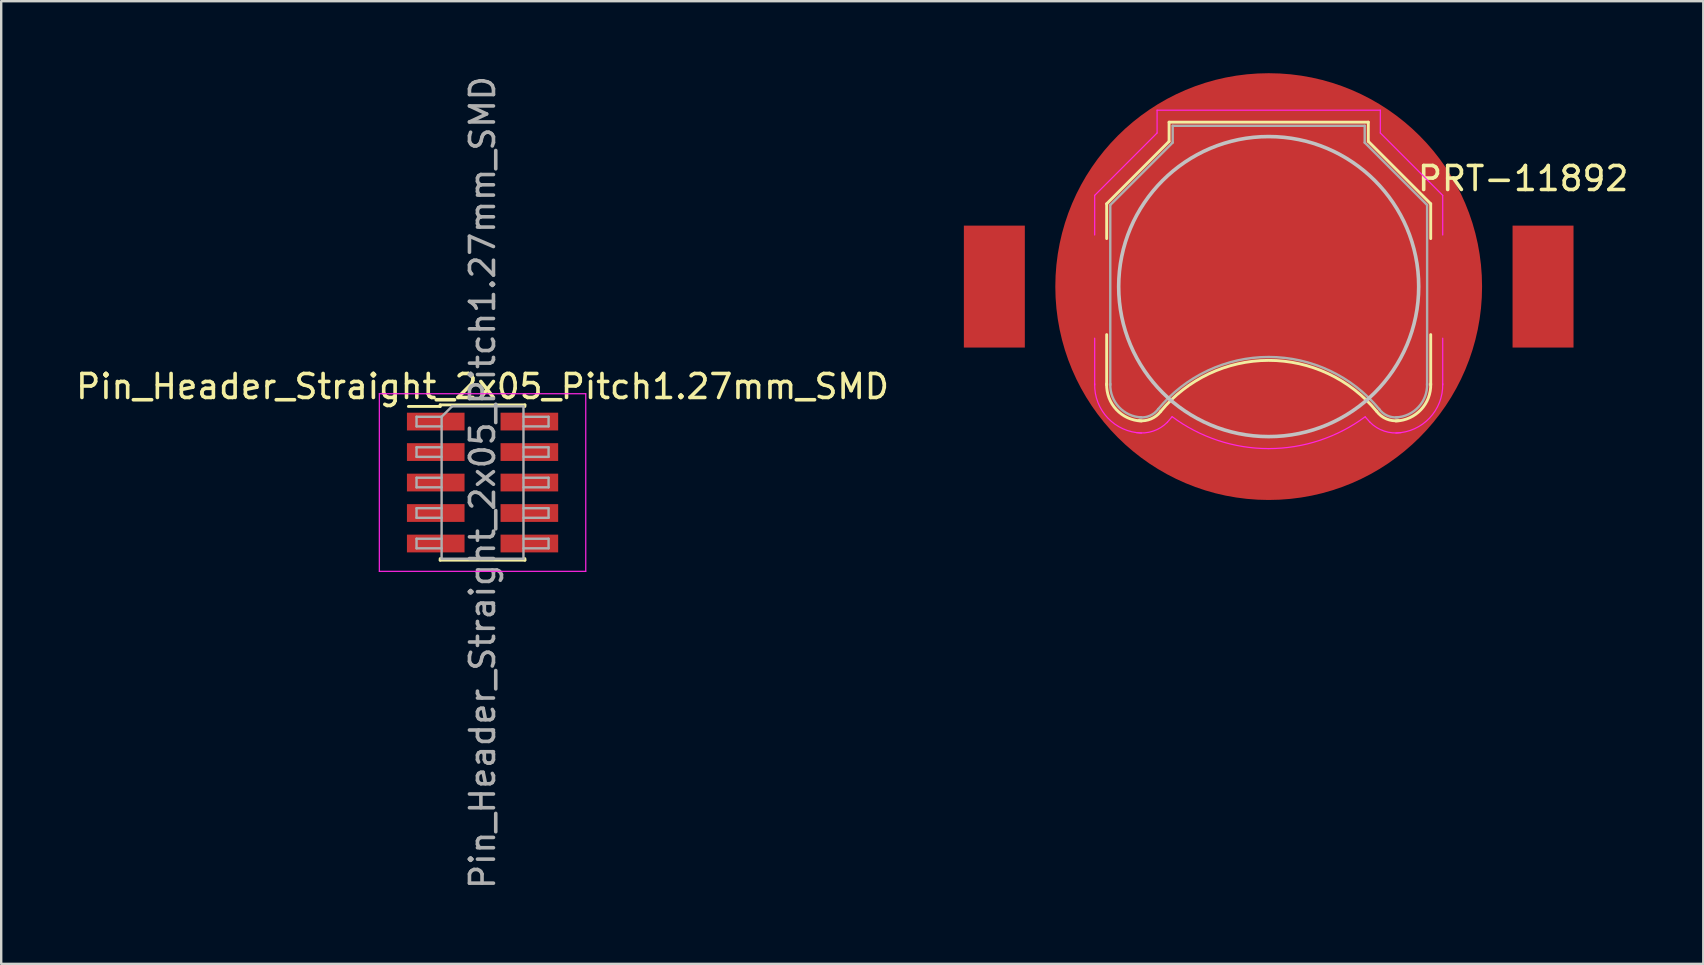
<source format=kicad_pcb>
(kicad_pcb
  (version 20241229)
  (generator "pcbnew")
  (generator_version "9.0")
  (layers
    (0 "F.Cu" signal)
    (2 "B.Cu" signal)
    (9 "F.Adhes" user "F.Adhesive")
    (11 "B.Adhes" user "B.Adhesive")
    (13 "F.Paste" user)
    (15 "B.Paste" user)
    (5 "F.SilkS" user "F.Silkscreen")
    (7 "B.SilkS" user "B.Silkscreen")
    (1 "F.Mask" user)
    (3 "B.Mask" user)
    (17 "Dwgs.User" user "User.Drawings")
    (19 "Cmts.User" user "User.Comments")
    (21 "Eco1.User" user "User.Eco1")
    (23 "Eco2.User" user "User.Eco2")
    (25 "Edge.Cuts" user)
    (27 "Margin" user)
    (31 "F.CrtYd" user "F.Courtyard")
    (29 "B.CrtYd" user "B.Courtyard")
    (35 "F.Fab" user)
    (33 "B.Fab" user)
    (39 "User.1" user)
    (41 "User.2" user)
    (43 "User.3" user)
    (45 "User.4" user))
  (footprint "PRT-11892"
    (layer "F.Cu")
    (at 49.807 8.89)
    (property "Reference" "PRT-11892" (at 10.6 -4.5 0) (layer "F.SilkS") (effects (font (size 1 1) (thickness 0.15))))
    (attr smd)
    (fp_line (start -6.75 -3.45) (end -4.15 -6.05) (stroke (width 0.12) (type solid)) (layer "F.SilkS"))
    (fp_line (start -6.75 -2) (end -6.75 -3.45) (stroke (width 0.12) (type solid)) (layer "F.SilkS"))
    (fp_line (start -6.75 2) (end -6.75 4.1) (stroke (width 0.12) (type solid)) (layer "F.SilkS"))
    (fp_line (start -4.15 -6.85) (end 4.15 -6.85) (stroke (width 0.12) (type solid)) (layer "F.SilkS"))
    (fp_line (start -4.15 -6.05) (end -4.15 -6.85) (stroke (width 0.12) (type solid)) (layer "F.SilkS"))
    (fp_line (start 4.15 -6.85) (end 4.15 -6.05) (stroke (width 0.12) (type solid)) (layer "F.SilkS"))
    (fp_line (start 4.15 -6.05) (end 6.75 -3.45) (stroke (width 0.12) (type solid)) (layer "F.SilkS"))
    (fp_line (start 6.75 -3.45) (end 6.75 -2) (stroke (width 0.12) (type solid)) (layer "F.SilkS"))
    (fp_line (start 6.75 2) (end 6.75 4.1) (stroke (width 0.12) (type solid)) (layer "F.SilkS"))
    (fp_arc (start -5.3 5.6) (mid -6.346016 5.125305) (end -6.75 4.05) (stroke (width 0.12) (type solid)) (layer "F.SilkS"))
    (fp_arc (start -4.5 5.2) (mid -4.90584 5.514615) (end -5.414615 5.58416) (stroke (width 0.12) (type solid)) (layer "F.SilkS"))
    (fp_arc (start -4.5 5.2) (mid -0.007341 3.0742) (end 4.490661 5.188671) (stroke (width 0.12) (type solid)) (layer "F.SilkS"))
    (fp_arc (start 5.414615 5.58416) (mid 4.90584 5.514615) (end 4.5 5.2) (stroke (width 0.12) (type solid)) (layer "F.SilkS"))
    (fp_arc (start 6.75 4.05) (mid 6.346016 5.125305) (end 5.3 5.6) (stroke (width 0.12) (type solid)) (layer "F.SilkS"))
    (fp_circle (center 0 0) (end 0 6.25) (stroke (width 0.15) (type solid)) (fill no) (layer "Dwgs.User"))
    (fp_line (start -7.25 -3.8) (end -4.65 -6.4) (stroke (width 0.05) (type solid)) (layer "F.CrtYd"))
    (fp_line (start -7.25 -2.15) (end -7.25 -3.8) (stroke (width 0.05) (type solid)) (layer "F.CrtYd"))
    (fp_line (start -7.25 2.15) (end -7.25 4.1) (stroke (width 0.05) (type solid)) (layer "F.CrtYd"))
    (fp_line (start -4.65 -7.35) (end 4.65 -7.35) (stroke (width 0.05) (type solid)) (layer "F.CrtYd"))
    (fp_line (start -4.65 -6.4) (end -4.65 -7.35) (stroke (width 0.05) (type solid)) (layer "F.CrtYd"))
    (fp_line (start 4.65 -6.4) (end 4.65 -7.35) (stroke (width 0.05) (type solid)) (layer "F.CrtYd"))
    (fp_line (start 7.25 -3.8) (end 4.65 -6.4) (stroke (width 0.05) (type solid)) (layer "F.CrtYd"))
    (fp_line (start 7.25 -2.15) (end 7.25 -3.8) (stroke (width 0.05) (type solid)) (layer "F.CrtYd"))
    (fp_line (start 7.25 2.15) (end 7.25 4.1) (stroke (width 0.05) (type solid)) (layer "F.CrtYd"))
    (fp_arc (start -5.3 6.1) (mid -6.699569 5.478858) (end -7.25 4.05) (stroke (width 0.05) (type solid)) (layer "F.CrtYd"))
    (fp_arc (start -4.22 5.65) (mid -4.814553 6.021742) (end -5.513125 6.082436) (stroke (width 0.05) (type solid)) (layer "F.CrtYd"))
    (fp_arc (start -4.22 5.65) (mid -4.123743 5.534157) (end -4.024388 5.42096) (stroke (width 0.05) (type solid)) (layer "F.CrtYd"))
    (fp_arc (start 0 6.75) (mid -2.119449 6.408622) (end -4.024518 5.419018) (stroke (width 0.05) (type solid)) (layer "F.CrtYd"))
    (fp_arc (start 4.024518 5.419018) (mid 2.119449 6.408622) (end 0 6.75) (stroke (width 0.05) (type solid)) (layer "F.CrtYd"))
    (fp_arc (start 4.02471 5.432858) (mid 4.123824 5.540108) (end 4.22 5.65) (stroke (width 0.05) (type solid)) (layer "F.CrtYd"))
    (fp_arc (start 5.513125 6.082436) (mid 4.814553 6.021742) (end 4.22 5.65) (stroke (width 0.05) (type solid)) (layer "F.CrtYd"))
    (fp_arc (start 7.25 4.05) (mid 6.699569 5.478858) (end 5.3 6.1) (stroke (width 0.05) (type solid)) (layer "F.CrtYd"))
    (fp_line (start -6.6 -3.4) (end -6.6 4.1) (stroke (width 0.1) (type solid)) (layer "F.Fab"))
    (fp_line (start -4 -6.7) (end -4 -6) (stroke (width 0.1) (type solid)) (layer "F.Fab"))
    (fp_line (start -4 -6.7) (end 4 -6.7) (stroke (width 0.1) (type solid)) (layer "F.Fab"))
    (fp_line (start -4 -6) (end -6.6 -3.4) (stroke (width 0.1) (type solid)) (layer "F.Fab"))
    (fp_line (start 4 -6.7) (end 4 -6) (stroke (width 0.1) (type solid)) (layer "F.Fab"))
    (fp_line (start 4 -6) (end 6.6 -3.4) (stroke (width 0.1) (type solid)) (layer "F.Fab"))
    (fp_line (start 6.6 -3.4) (end 6.6 4.1) (stroke (width 0.1) (type solid)) (layer "F.Fab"))
    (fp_arc (start -5.3 5.45) (mid -6.239949 5.019239) (end -6.6 4.05) (stroke (width 0.1) (type solid)) (layer "F.Fab"))
    (fp_arc (start -4.6 5.1) (mid -4.942443 5.378013) (end -5.378013 5.447558) (stroke (width 0.1) (type solid)) (layer "F.Fab"))
    (fp_arc (start -4.6 5.1) (mid 0.006214 2.93343) (end 4.607905 5.109589) (stroke (width 0.1) (type solid)) (layer "F.Fab"))
    (fp_arc (start 5.378013 5.447558) (mid 4.942442 5.378013) (end 4.6 5.1) (stroke (width 0.1) (type solid)) (layer "F.Fab"))
    (fp_arc (start 6.6 4.05) (mid 6.239949 5.019239) (end 5.3 5.45) (stroke (width 0.1) (type solid)) (layer "F.Fab"))
    (pad "1" smd rect (at -11.43 0) (size 2.54 5.08) (layers "F.Cu" "F.Mask" "F.Paste"))
    (pad "1" smd rect (at 11.43 0) (size 2.54 5.08) (layers "F.Cu" "F.Mask" "F.Paste"))
    (pad "2" smd circle (at 0 0) (size 17.78 17.78) (layers "F.Cu" "F.Mask")))
  (footprint "Pin_Header_Straight_2x05_Pitch1.27mm_SMD"
    (layer "F.Cu")
    (at 17.054 17.054)
    (property "Reference" "Pin_Header_Straight_2x05_Pitch1.27mm_SMD" (at 0 -4 180) (layer "F.SilkS") (effects (font (size 1 1) (thickness 0.15))))
    (attr smd)
    (fp_line (start -3.09 -3.17) (end -1.765 -3.17) (stroke (width 0.12) (type solid)) (layer "F.SilkS"))
    (fp_line (start -1.765 -3.235) (end -1.765 -3.17) (stroke (width 0.12) (type solid)) (layer "F.SilkS"))
    (fp_line (start -1.765 -3.235) (end 1.765 -3.235) (stroke (width 0.12) (type solid)) (layer "F.SilkS"))
    (fp_line (start -1.765 3.17) (end -1.765 3.235) (stroke (width 0.12) (type solid)) (layer "F.SilkS"))
    (fp_line (start -1.765 3.235) (end 1.765 3.235) (stroke (width 0.12) (type solid)) (layer "F.SilkS"))
    (fp_line (start 1.765 -3.235) (end 1.765 -3.17) (stroke (width 0.12) (type solid)) (layer "F.SilkS"))
    (fp_line (start 1.765 3.17) (end 1.765 3.235) (stroke (width 0.12) (type solid)) (layer "F.SilkS"))
    (fp_line (start -4.3 -3.7) (end -4.3 3.7) (stroke (width 0.05) (type solid)) (layer "F.CrtYd"))
    (fp_line (start -4.3 3.7) (end 4.3 3.7) (stroke (width 0.05) (type solid)) (layer "F.CrtYd"))
    (fp_line (start 4.3 -3.7) (end -4.3 -3.7) (stroke (width 0.05) (type solid)) (layer "F.CrtYd"))
    (fp_line (start 4.3 3.7) (end 4.3 -3.7) (stroke (width 0.05) (type solid)) (layer "F.CrtYd"))
    (fp_line (start -2.75 -2.74) (end -2.75 -2.34) (stroke (width 0.1) (type solid)) (layer "F.Fab"))
    (fp_line (start -2.75 -2.34) (end -1.705 -2.34) (stroke (width 0.1) (type solid)) (layer "F.Fab"))
    (fp_line (start -2.75 -1.47) (end -2.75 -1.07) (stroke (width 0.1) (type solid)) (layer "F.Fab"))
    (fp_line (start -2.75 -1.07) (end -1.705 -1.07) (stroke (width 0.1) (type solid)) (layer "F.Fab"))
    (fp_line (start -2.75 -0.2) (end -2.75 0.2) (stroke (width 0.1) (type solid)) (layer "F.Fab"))
    (fp_line (start -2.75 0.2) (end -1.705 0.2) (stroke (width 0.1) (type solid)) (layer "F.Fab"))
    (fp_line (start -2.75 1.07) (end -2.75 1.47) (stroke (width 0.1) (type solid)) (layer "F.Fab"))
    (fp_line (start -2.75 1.47) (end -1.705 1.47) (stroke (width 0.1) (type solid)) (layer "F.Fab"))
    (fp_line (start -2.75 2.34) (end -2.75 2.74) (stroke (width 0.1) (type solid)) (layer "F.Fab"))
    (fp_line (start -2.75 2.74) (end -1.705 2.74) (stroke (width 0.1) (type solid)) (layer "F.Fab"))
    (fp_line (start -1.705 -2.74) (end -2.75 -2.74) (stroke (width 0.1) (type solid)) (layer "F.Fab"))
    (fp_line (start -1.705 -2.74) (end -1.27 -3.175) (stroke (width 0.1) (type solid)) (layer "F.Fab"))
    (fp_line (start -1.705 -1.47) (end -2.75 -1.47) (stroke (width 0.1) (type solid)) (layer "F.Fab"))
    (fp_line (start -1.705 -0.2) (end -2.75 -0.2) (stroke (width 0.1) (type solid)) (layer "F.Fab"))
    (fp_line (start -1.705 1.07) (end -2.75 1.07) (stroke (width 0.1) (type solid)) (layer "F.Fab"))
    (fp_line (start -1.705 2.34) (end -2.75 2.34) (stroke (width 0.1) (type solid)) (layer "F.Fab"))
    (fp_line (start -1.705 3.175) (end -1.705 -2.74) (stroke (width 0.1) (type solid)) (layer "F.Fab"))
    (fp_line (start -1.27 -3.175) (end 1.705 -3.175) (stroke (width 0.1) (type solid)) (layer "F.Fab"))
    (fp_line (start 1.705 -3.175) (end 1.705 3.175) (stroke (width 0.1) (type solid)) (layer "F.Fab"))
    (fp_line (start 1.705 -2.74) (end 2.75 -2.74) (stroke (width 0.1) (type solid)) (layer "F.Fab"))
    (fp_line (start 1.705 -1.47) (end 2.75 -1.47) (stroke (width 0.1) (type solid)) (layer "F.Fab"))
    (fp_line (start 1.705 -0.2) (end 2.75 -0.2) (stroke (width 0.1) (type solid)) (layer "F.Fab"))
    (fp_line (start 1.705 1.07) (end 2.75 1.07) (stroke (width 0.1) (type solid)) (layer "F.Fab"))
    (fp_line (start 1.705 2.34) (end 2.75 2.34) (stroke (width 0.1) (type solid)) (layer "F.Fab"))
    (fp_line (start 1.705 3.175) (end -1.705 3.175) (stroke (width 0.1) (type solid)) (layer "F.Fab"))
    (fp_line (start 2.75 -2.74) (end 2.75 -2.34) (stroke (width 0.1) (type solid)) (layer "F.Fab"))
    (fp_line (start 2.75 -2.34) (end 1.705 -2.34) (stroke (width 0.1) (type solid)) (layer "F.Fab"))
    (fp_line (start 2.75 -1.47) (end 2.75 -1.07) (stroke (width 0.1) (type solid)) (layer "F.Fab"))
    (fp_line (start 2.75 -1.07) (end 1.705 -1.07) (stroke (width 0.1) (type solid)) (layer "F.Fab"))
    (fp_line (start 2.75 -0.2) (end 2.75 0.2) (stroke (width 0.1) (type solid)) (layer "F.Fab"))
    (fp_line (start 2.75 0.2) (end 1.705 0.2) (stroke (width 0.1) (type solid)) (layer "F.Fab"))
    (fp_line (start 2.75 1.07) (end 2.75 1.47) (stroke (width 0.1) (type solid)) (layer "F.Fab"))
    (fp_line (start 2.75 1.47) (end 1.705 1.47) (stroke (width 0.1) (type solid)) (layer "F.Fab"))
    (fp_line (start 2.75 2.34) (end 2.75 2.74) (stroke (width 0.1) (type solid)) (layer "F.Fab"))
    (fp_line (start 2.75 2.74) (end 1.705 2.74) (stroke (width 0.1) (type solid)) (layer "F.Fab"))
    (fp_text user "${REFERENCE}" (at 0 0 90) (layer "F.Fab") (effects (font (size 1 1) (thickness 0.15))))
    (pad "1" smd rect (at -1.95 -2.54) (size 2.4 0.74) (layers "F.Cu" "F.Mask" "F.Paste"))
    (pad "2" smd rect (at 1.95 -2.54) (size 2.4 0.74) (layers "F.Cu" "F.Mask" "F.Paste"))
    (pad "3" smd rect (at -1.95 -1.27) (size 2.4 0.74) (layers "F.Cu" "F.Mask" "F.Paste"))
    (pad "4" smd rect (at 1.95 -1.27) (size 2.4 0.74) (layers "F.Cu" "F.Mask" "F.Paste"))
    (pad "5" smd rect (at -1.95 0) (size 2.4 0.74) (layers "F.Cu" "F.Mask" "F.Paste"))
    (pad "6" smd rect (at 1.95 0) (size 2.4 0.74) (layers "F.Cu" "F.Mask" "F.Paste"))
    (pad "7" smd rect (at -1.95 1.27) (size 2.4 0.74) (layers "F.Cu" "F.Mask" "F.Paste"))
    (pad "8" smd rect (at 1.95 1.27) (size 2.4 0.74) (layers "F.Cu" "F.Mask" "F.Paste"))
    (pad "9" smd rect (at -1.95 2.54) (size 2.4 0.74) (layers "F.Cu" "F.Mask" "F.Paste"))
    (pad "10" smd rect (at 1.95 2.54) (size 2.4 0.74) (layers "F.Cu" "F.Mask" "F.Paste")))
  (gr_rect
    (start -3 -3)
    (end 67.913 37.107)
    (stroke (width 0.1) (type default))
    (fill no)
    (layer "Edge.Cuts")))
</source>
